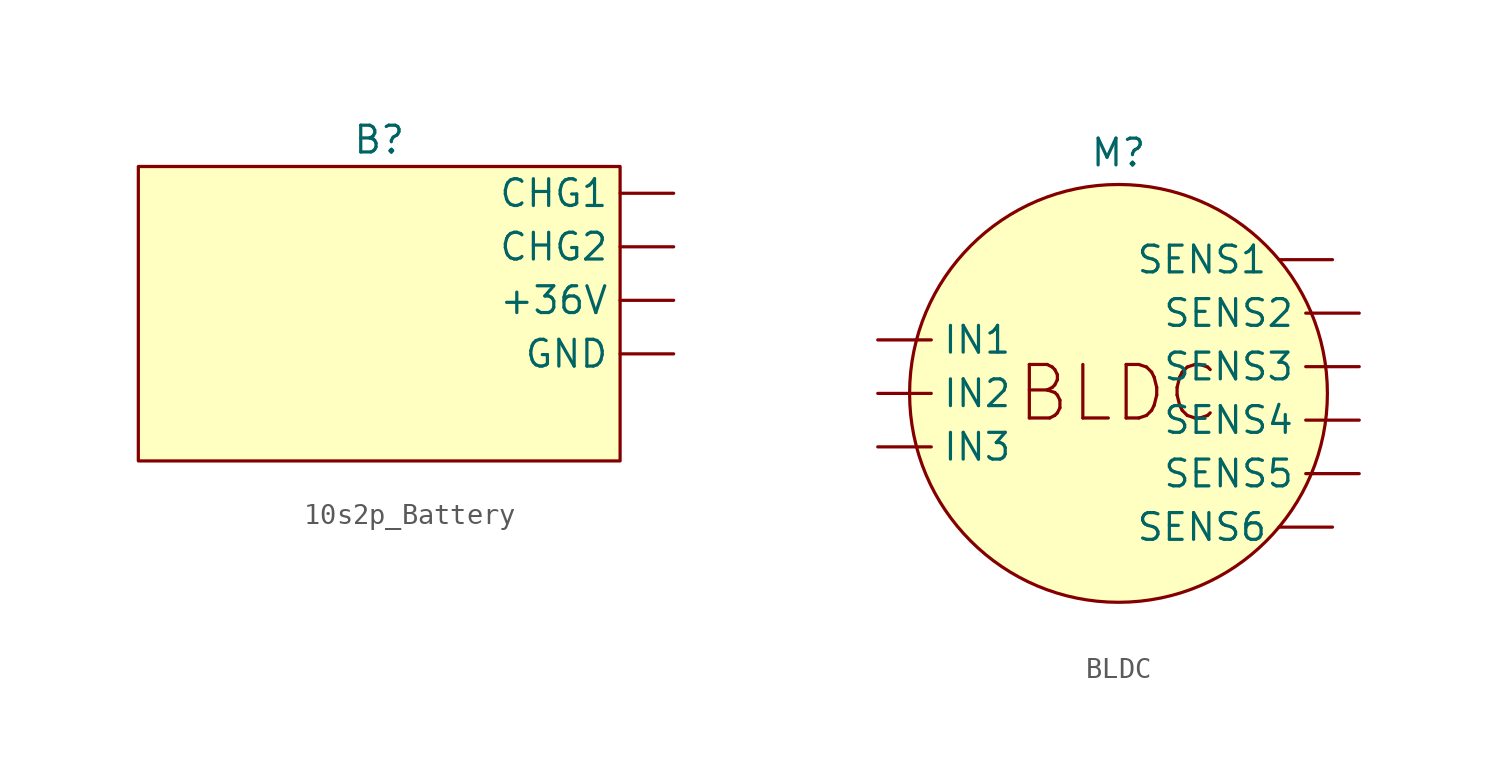
<source format=kicad_sym>
(kicad_symbol_lib
  (version 20220914)
  (generator kicad_symbol_editor)
  (symbol "10s2p_Battery"
    (property "Reference" "B"
      (at 0 0 0)
      (effects (font (size 1.27 1.27))))
    (property "Value" ""
      (at 0 0 0)
      (effects (font (size 1.27 1.27))))
    (symbol "10s2p_Battery_1_1"
      (rectangle (start -11.43 -1.27) (end 11.43 -15.24) (stroke (width 0) (type default)) (fill (type background)))
      (pin power_out line (at 13.97 -7.62 180) (length 2.54) (name "+36V" (effects (font (size 1.27 1.27)))) (number "" (effects (font (size 1.27 1.27)))))
      (pin power_in line (at 13.97 -2.54 180) (length 2.54) (name "CHG1" (effects (font (size 1.27 1.27)))) (number "" (effects (font (size 1.27 1.27)))))
      (pin power_in line (at 13.97 -5.08 180) (length 2.54) (name "CHG2" (effects (font (size 1.27 1.27)))) (number "" (effects (font (size 1.27 1.27)))))
      (pin power_out line (at 13.97 -10.16 180) (length 2.54) (name "GND" (effects (font (size 1.27 1.27)))) (number "" (effects (font (size 1.27 1.27)))))))
  (symbol "BLDC"
    (property "Reference" "M"
      (at 0 2.54 0)
      (effects (font (size 1.27 1.27))))
    (property "Value" ""
      (at 0 0 0)
      (effects (font (size 1.27 1.27))))
    (symbol "BLDC_1_1"
      (circle (center 0 -8.89) (radius 9.919) (stroke (width 0) (type default)) (fill (type background)))
      (text "BLDC" (at 0 -8.89 0) (effects (font (size 2.54 2.54))))
      (pin input line (at -11.43 -6.35 0) (length 2.54) (name "IN1" (effects (font (size 1.27 1.27)))) (number "" (effects (font (size 1.27 1.27)))))
      (pin input line (at -11.43 -8.89 0) (length 2.54) (name "IN2" (effects (font (size 1.27 1.27)))) (number "" (effects (font (size 1.27 1.27)))))
      (pin input line (at -11.43 -11.43 0) (length 2.54) (name "IN3" (effects (font (size 1.27 1.27)))) (number "" (effects (font (size 1.27 1.27)))))
      (pin output line (at 10.16 -2.54 180) (length 2.54) (name "SENS1" (effects (font (size 1.27 1.27)))) (number "" (effects (font (size 1.27 1.27)))))
      (pin output line (at 11.43 -5.08 180) (length 2.54) (name "SENS2" (effects (font (size 1.27 1.27)))) (number "" (effects (font (size 1.27 1.27)))))
      (pin output line (at 11.43 -7.62 180) (length 2.54) (name "SENS3" (effects (font (size 1.27 1.27)))) (number "" (effects (font (size 1.27 1.27)))))
      (pin output line (at 11.43 -10.16 180) (length 2.54) (name "SENS4" (effects (font (size 1.27 1.27)))) (number "" (effects (font (size 1.27 1.27)))))
      (pin output line (at 11.43 -12.7 180) (length 2.54) (name "SENS5" (effects (font (size 1.27 1.27)))) (number "" (effects (font (size 1.27 1.27)))))
      (pin output line (at 10.16 -15.24 180) (length 2.54) (name "SENS6" (effects (font (size 1.27 1.27)))) (number "" (effects (font (size 1.27 1.27))))))))
</source>
